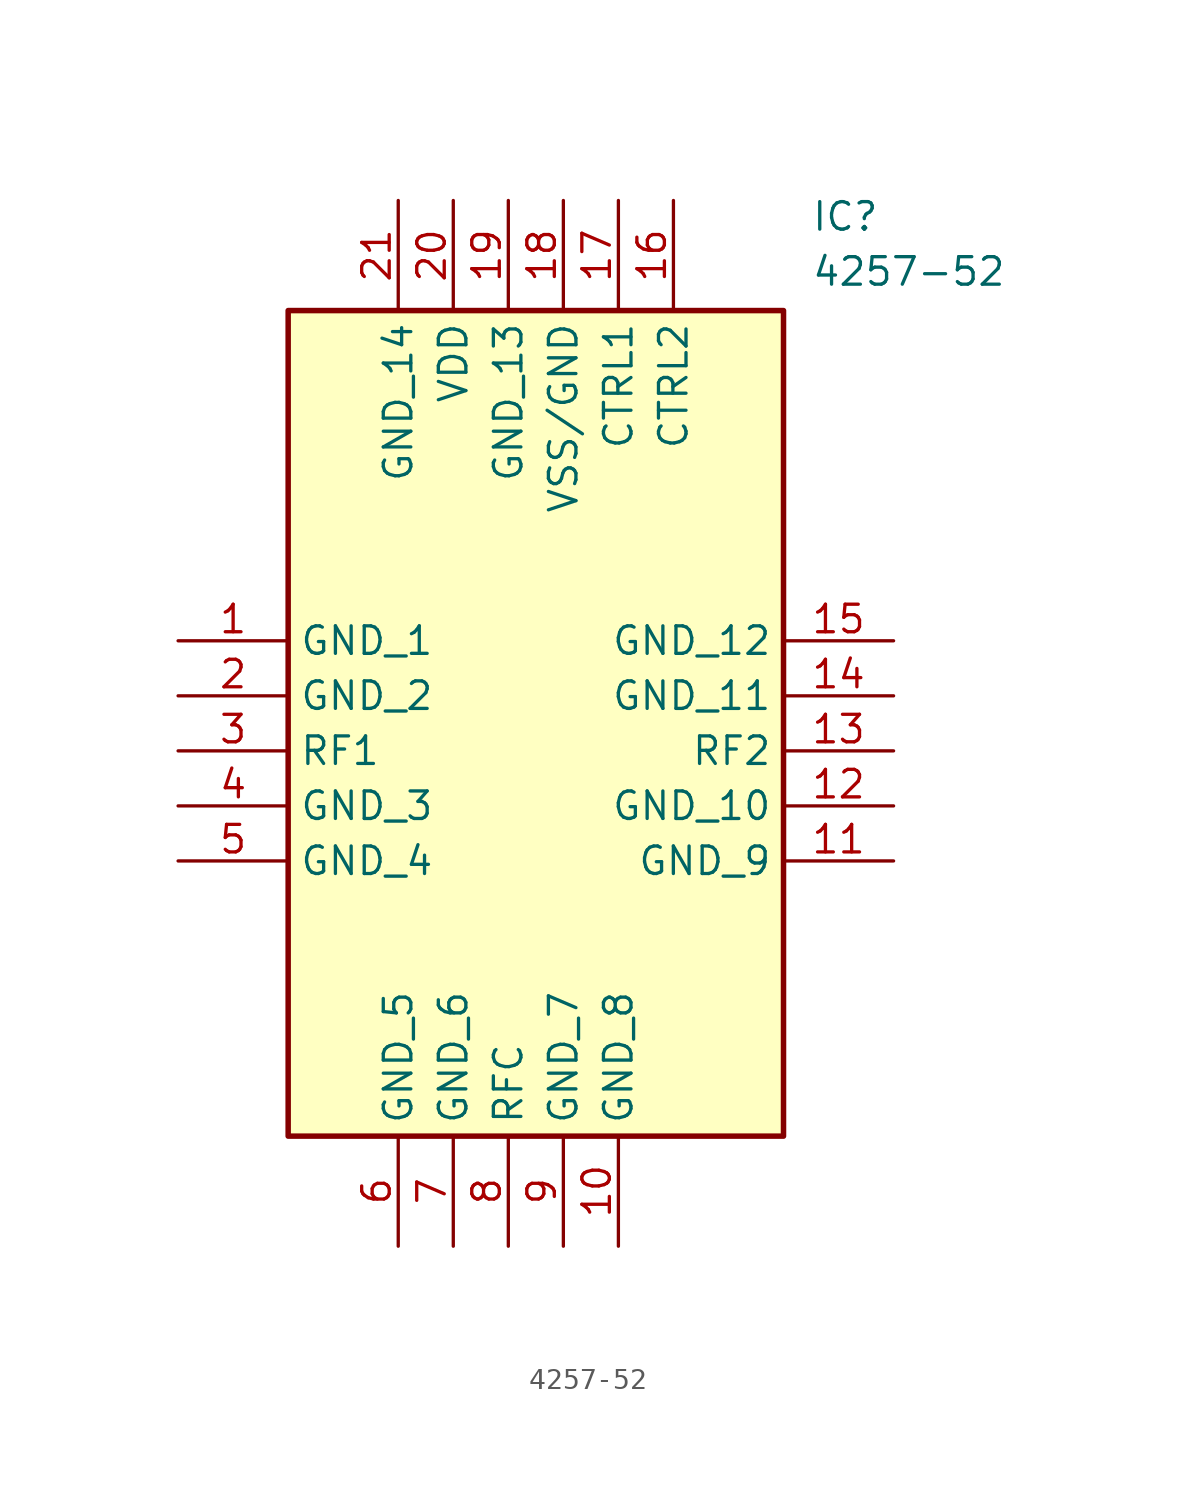
<source format=kicad_sym>
(kicad_symbol_lib
  (version 20211014)
  (generator SamacSys_ECAD_Model)
  (symbol "4257-52"
    (property "Reference" "IC"
      (at 29.21 20.32 0)
      (effects (font (size 1.27 1.27)) (justify left top)))
    (property "Value" "4257-52"
      (at 29.21 17.78 0)
      (effects (font (size 1.27 1.27)) (justify left top)))
    (rectangle
      (start 5.08 15.24)
      (end 27.94 -22.86)
      (stroke (width 0.254) (type default))
      (fill (type background)))
    (pin passive line
      (at 0 0 0)
      (length 5.08)
      (name "GND_1" (effects (font (size 1.27 1.27))))
      (number "1" (effects (font (size 1.27 1.27)))))
    (pin passive line
      (at 0 -2.54 0)
      (length 5.08)
      (name "GND_2" (effects (font (size 1.27 1.27))))
      (number "2" (effects (font (size 1.27 1.27)))))
    (pin passive line
      (at 0 -5.08 0)
      (length 5.08)
      (name "RF1" (effects (font (size 1.27 1.27))))
      (number "3" (effects (font (size 1.27 1.27)))))
    (pin passive line
      (at 0 -7.62 0)
      (length 5.08)
      (name "GND_3" (effects (font (size 1.27 1.27))))
      (number "4" (effects (font (size 1.27 1.27)))))
    (pin passive line
      (at 0 -10.16 0)
      (length 5.08)
      (name "GND_4" (effects (font (size 1.27 1.27))))
      (number "5" (effects (font (size 1.27 1.27)))))
    (pin passive line
      (at 10.16 -27.94 90)
      (length 5.08)
      (name "GND_5" (effects (font (size 1.27 1.27))))
      (number "6" (effects (font (size 1.27 1.27)))))
    (pin passive line
      (at 12.7 -27.94 90)
      (length 5.08)
      (name "GND_6" (effects (font (size 1.27 1.27))))
      (number "7" (effects (font (size 1.27 1.27)))))
    (pin passive line
      (at 15.24 -27.94 90)
      (length 5.08)
      (name "RFC" (effects (font (size 1.27 1.27))))
      (number "8" (effects (font (size 1.27 1.27)))))
    (pin passive line
      (at 17.78 -27.94 90)
      (length 5.08)
      (name "GND_7" (effects (font (size 1.27 1.27))))
      (number "9" (effects (font (size 1.27 1.27)))))
    (pin passive line
      (at 20.32 -27.94 90)
      (length 5.08)
      (name "GND_8" (effects (font (size 1.27 1.27))))
      (number "10" (effects (font (size 1.27 1.27)))))
    (pin passive line
      (at 33.02 0 180)
      (length 5.08)
      (name "GND_12" (effects (font (size 1.27 1.27))))
      (number "15" (effects (font (size 1.27 1.27)))))
    (pin passive line
      (at 33.02 -2.54 180)
      (length 5.08)
      (name "GND_11" (effects (font (size 1.27 1.27))))
      (number "14" (effects (font (size 1.27 1.27)))))
    (pin passive line
      (at 33.02 -5.08 180)
      (length 5.08)
      (name "RF2" (effects (font (size 1.27 1.27))))
      (number "13" (effects (font (size 1.27 1.27)))))
    (pin passive line
      (at 33.02 -7.62 180)
      (length 5.08)
      (name "GND_10" (effects (font (size 1.27 1.27))))
      (number "12" (effects (font (size 1.27 1.27)))))
    (pin passive line
      (at 33.02 -10.16 180)
      (length 5.08)
      (name "GND_9" (effects (font (size 1.27 1.27))))
      (number "11" (effects (font (size 1.27 1.27)))))
    (pin passive line
      (at 10.16 20.32 270)
      (length 5.08)
      (name "GND_14" (effects (font (size 1.27 1.27))))
      (number "21" (effects (font (size 1.27 1.27)))))
    (pin passive line
      (at 12.7 20.32 270)
      (length 5.08)
      (name "VDD" (effects (font (size 1.27 1.27))))
      (number "20" (effects (font (size 1.27 1.27)))))
    (pin passive line
      (at 15.24 20.32 270)
      (length 5.08)
      (name "GND_13" (effects (font (size 1.27 1.27))))
      (number "19" (effects (font (size 1.27 1.27)))))
    (pin passive line
      (at 17.78 20.32 270)
      (length 5.08)
      (name "VSS/GND" (effects (font (size 1.27 1.27))))
      (number "18" (effects (font (size 1.27 1.27)))))
    (pin passive line
      (at 20.32 20.32 270)
      (length 5.08)
      (name "CTRL1" (effects (font (size 1.27 1.27))))
      (number "17" (effects (font (size 1.27 1.27)))))
    (pin passive line
      (at 22.86 20.32 270)
      (length 5.08)
      (name "CTRL2" (effects (font (size 1.27 1.27))))
      (number "16" (effects (font (size 1.27 1.27)))))))
</source>
